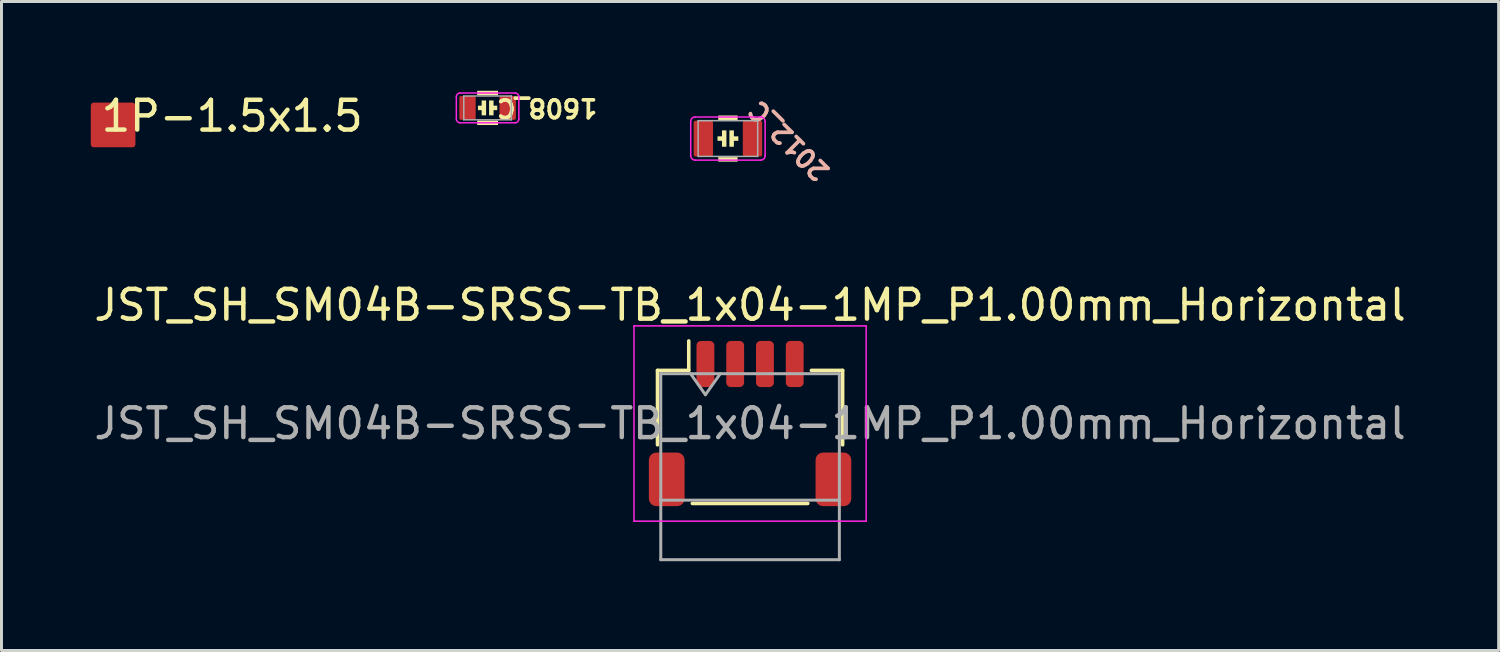
<source format=kicad_pcb>
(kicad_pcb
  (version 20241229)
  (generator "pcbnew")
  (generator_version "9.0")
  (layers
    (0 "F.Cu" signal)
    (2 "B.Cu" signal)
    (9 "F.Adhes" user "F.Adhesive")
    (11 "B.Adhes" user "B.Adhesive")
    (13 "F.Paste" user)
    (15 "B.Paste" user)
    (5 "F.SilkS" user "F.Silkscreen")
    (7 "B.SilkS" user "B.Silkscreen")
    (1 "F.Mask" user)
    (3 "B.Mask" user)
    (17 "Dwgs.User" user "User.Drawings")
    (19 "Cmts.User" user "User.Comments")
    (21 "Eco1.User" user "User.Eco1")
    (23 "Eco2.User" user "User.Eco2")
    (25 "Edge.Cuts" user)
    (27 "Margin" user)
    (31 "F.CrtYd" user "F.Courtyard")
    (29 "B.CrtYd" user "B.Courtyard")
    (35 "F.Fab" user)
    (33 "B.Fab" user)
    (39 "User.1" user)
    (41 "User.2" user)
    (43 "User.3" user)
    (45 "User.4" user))
  (footprint "1P-1.5x1.5"
    (layer "F.Cu")
    (at 0.75 1.148)
    (property "Reference" "1P-1.5x1.5" (at 4 -0.3 0) (unlocked yes) (layer "F.SilkS") (effects (font (size 1 1) (thickness 0.15))))
    (attr through_hole)
    (pad "1" connect roundrect (at 0 0 180) (size 1.5 1.5) (layers "F.Cu" "F.Mask") (roundrect_rratio 0.067)))
  (footprint "JST_SH_SM04B-SRSS-TB_1x04-1MP_P1.00mm_Horizontal"
    (layer "F.Cu")
    (at 22.149 11.179)
    (property "Reference" "JST_SH_SM04B-SRSS-TB_1x04-1MP_P1.00mm_Horizontal" (at 0 -3.98 0) (layer "F.SilkS") (effects (font (size 1 1) (thickness 0.15))))
    (attr smd)
    (fp_line (start -3.11 -1.785) (end -2.06 -1.785) (stroke (width 0.12) (type solid)) (layer "F.SilkS"))
    (fp_line (start -3.11 0.715) (end -3.11 -1.785) (stroke (width 0.12) (type solid)) (layer "F.SilkS"))
    (fp_line (start -2.06 -1.785) (end -2.06 -2.775) (stroke (width 0.12) (type solid)) (layer "F.SilkS"))
    (fp_line (start -1.94 2.685) (end 1.94 2.685) (stroke (width 0.12) (type solid)) (layer "F.SilkS"))
    (fp_line (start 3.11 -1.785) (end 2.06 -1.785) (stroke (width 0.12) (type solid)) (layer "F.SilkS"))
    (fp_line (start 3.11 0.715) (end 3.11 -1.785) (stroke (width 0.12) (type solid)) (layer "F.SilkS"))
    (fp_line (start -3.9 -3.28) (end -3.9 3.28) (stroke (width 0.05) (type solid)) (layer "F.CrtYd"))
    (fp_line (start -3.9 3.28) (end 3.9 3.28) (stroke (width 0.05) (type solid)) (layer "F.CrtYd"))
    (fp_line (start 3.9 -3.28) (end -3.9 -3.28) (stroke (width 0.05) (type solid)) (layer "F.CrtYd"))
    (fp_line (start 3.9 3.28) (end 3.9 -3.28) (stroke (width 0.05) (type solid)) (layer "F.CrtYd"))
    (fp_line (start -3 -1.675) (end -3 2.575) (stroke (width 0.1) (type solid)) (layer "F.Fab"))
    (fp_line (start -3 -1.675) (end 3 -1.675) (stroke (width 0.1) (type solid)) (layer "F.Fab"))
    (fp_line (start -3 2.575) (end -3 4.575) (stroke (width 0.1) (type solid)) (layer "F.Fab"))
    (fp_line (start -3 2.575) (end 3 2.575) (stroke (width 0.1) (type solid)) (layer "F.Fab"))
    (fp_line (start -3 4.575) (end 3 4.575) (stroke (width 0.1) (type solid)) (layer "F.Fab"))
    (fp_line (start -2 -1.675) (end -1.5 -0.968) (stroke (width 0.1) (type solid)) (layer "F.Fab"))
    (fp_line (start -1.5 -0.968) (end -1 -1.675) (stroke (width 0.1) (type solid)) (layer "F.Fab"))
    (fp_line (start 3 -1.675) (end 3 2.575) (stroke (width 0.1) (type solid)) (layer "F.Fab"))
    (fp_line (start 3 4.575) (end 3 2.575) (stroke (width 0.1) (type solid)) (layer "F.Fab"))
    (fp_text user "${REFERENCE}" (at 0 0 0) (layer "F.Fab") (effects (font (size 1 1) (thickness 0.15))))
    (pad "1" smd roundrect (at -1.5 -2) (size 0.6 1.55) (layers "F.Cu" "F.Mask" "F.Paste") (roundrect_rratio 0.25))
    (pad "2" smd roundrect (at -0.5 -2) (size 0.6 1.55) (layers "F.Cu" "F.Mask" "F.Paste") (roundrect_rratio 0.25))
    (pad "3" smd roundrect (at 0.5 -2) (size 0.6 1.55) (layers "F.Cu" "F.Mask" "F.Paste") (roundrect_rratio 0.25))
    (pad "4" smd roundrect (at 1.5 -2) (size 0.6 1.55) (layers "F.Cu" "F.Mask" "F.Paste") (roundrect_rratio 0.25))
    (pad "MP" smd roundrect (at -2.8 1.875) (size 1.2 1.8) (layers "F.Cu" "F.Mask" "F.Paste") (roundrect_rratio 0.208))
    (pad "MP" smd roundrect (at 2.8 1.875) (size 1.2 1.8) (layers "F.Cu" "F.Mask" "F.Paste") (roundrect_rratio 0.208)))
  (footprint "1608_C"
    (layer "F.Cu")
    (at 13.331 0.575)
    (property "Reference" "1608_C" (at 2 0 180) (unlocked yes) (layer "F.SilkS") (effects (font (size 0.6 0.6) (thickness 0.125))))
    (attr smd)
    (fp_poly (pts (xy 0.35 -0.425) (xy -0.35 -0.425) (xy -0.35 -0.575) (xy 0.35 -0.575)) (stroke (width 0) (type solid)) (fill yes) (layer "F.SilkS"))
    (fp_poly (pts (xy 0.35 0.575) (xy -0.35 0.575) (xy -0.35 0.425) (xy 0.35 0.425)) (stroke (width 0) (type solid)) (fill yes) (layer "F.SilkS"))
    (fp_poly (pts (xy -0.2 0.075) (xy -0.325 0.075) (xy -0.325 -0.075) (xy -0.2 -0.075) (xy -0.2 -0.25) (xy -0.05 -0.25) (xy -0.05 0.25) (xy -0.2 0.25)) (stroke (width 0) (type solid)) (fill yes) (layer "F.SilkS"))
    (fp_poly (pts (xy 0.2 -0.075) (xy 0.325 -0.075) (xy 0.325 0.075) (xy 0.2 0.075) (xy 0.2 0.25) (xy 0.05 0.25) (xy 0.05 -0.25) (xy 0.2 -0.25)) (stroke (width 0) (type solid)) (fill yes) (layer "F.SilkS"))
    (fp_line (start -1.05 -0.375) (end -1.05 0.375) (stroke (width 0.05) (type solid)) (layer "F.CrtYd"))
    (fp_line (start -0.925 0.5) (end 0.925 0.5) (stroke (width 0.05) (type solid)) (layer "F.CrtYd"))
    (fp_line (start 0.925 -0.5) (end -0.925 -0.5) (stroke (width 0.05) (type solid)) (layer "F.CrtYd"))
    (fp_line (start 1.05 0.375) (end 1.05 -0.375) (stroke (width 0.05) (type solid)) (layer "F.CrtYd"))
    (fp_arc (start -1.05 -0.375) (mid -1.013389 -0.463389) (end -0.925 -0.5) (stroke (width 0.05) (type solid)) (layer "F.CrtYd"))
    (fp_arc (start -0.925 0.5) (mid -1.013389 0.463389) (end -1.05 0.375) (stroke (width 0.05) (type solid)) (layer "F.CrtYd"))
    (fp_arc (start 0.925 -0.5) (mid 1.013388 -0.463388) (end 1.05 -0.375) (stroke (width 0.05) (type solid)) (layer "F.CrtYd"))
    (fp_arc (start 1.05 0.375) (mid 1.013388 0.463388) (end 0.925 0.5) (stroke (width 0.05) (type solid)) (layer "F.CrtYd"))
    (fp_line (start -0.8 -0.4) (end -0.8 0.4) (stroke (width 0.05) (type solid)) (layer "F.Fab"))
    (fp_line (start -0.8 0.4) (end 0.8 0.4) (stroke (width 0.05) (type solid)) (layer "F.Fab"))
    (fp_line (start 0.8 -0.4) (end -0.8 -0.4) (stroke (width 0.05) (type solid)) (layer "F.Fab"))
    (fp_line (start 0.8 0.4) (end 0.8 -0.4) (stroke (width 0.05) (type solid)) (layer "F.Fab"))
    (pad "1" smd roundrect (at -0.675 0 180) (size 0.55 0.8) (layers "F.Cu" "F.Mask" "F.Paste") (roundrect_rratio 0.1))
    (pad "2" smd roundrect (at 0.675 0 180) (size 0.55 0.8) (layers "F.Cu" "F.Mask" "F.Paste") (roundrect_rratio 0.1)))
  (footprint "2012_C"
    (layer "F.Cu")
    (at 21.405 1.605)
    (property "Reference" "2012_C" (at 2.051 0.071 135) (unlocked yes) (layer "B.SilkS") (effects (font (size 0.6 0.6) (thickness 0.125))))
    (attr smd)
    (fp_poly (pts (xy 0.325 -0.625) (xy -0.325 -0.625) (xy -0.325 -0.775) (xy 0.325 -0.775)) (stroke (width 0) (type solid)) (fill yes) (layer "F.SilkS"))
    (fp_poly (pts (xy 0.325 0.775) (xy -0.325 0.775) (xy -0.325 0.625) (xy 0.325 0.625)) (stroke (width 0) (type solid)) (fill yes) (layer "F.SilkS"))
    (fp_poly (pts (xy -0.05 0.275) (xy -0.2 0.275) (xy -0.2 0.075) (xy -0.35 0.075) (xy -0.35 -0.075) (xy -0.2 -0.075) (xy -0.2 -0.275) (xy -0.05 -0.275)) (stroke (width 0) (type solid)) (fill yes) (layer "F.SilkS"))
    (fp_poly (pts (xy 0.05 -0.275) (xy 0.2 -0.275) (xy 0.2 -0.075) (xy 0.35 -0.075) (xy 0.35 0.075) (xy 0.2 0.075) (xy 0.2 0.275) (xy 0.05 0.275)) (stroke (width 0) (type solid)) (fill yes) (layer "F.SilkS"))
    (fp_line (start -1.25 -0.575) (end -1.25 0.575) (stroke (width 0.05) (type solid)) (layer "F.CrtYd"))
    (fp_line (start -1.1 0.725) (end 1.1 0.725) (stroke (width 0.05) (type solid)) (layer "F.CrtYd"))
    (fp_line (start 1.1 -0.725) (end -1.1 -0.725) (stroke (width 0.05) (type solid)) (layer "F.CrtYd"))
    (fp_line (start 1.25 0.575) (end 1.25 -0.575) (stroke (width 0.05) (type solid)) (layer "F.CrtYd"))
    (fp_arc (start -1.25 -0.575) (mid -1.206066 -0.681066) (end -1.1 -0.725) (stroke (width 0.05) (type solid)) (layer "F.CrtYd"))
    (fp_arc (start -1.1 0.725) (mid -1.206066 0.681066) (end -1.25 0.575) (stroke (width 0.05) (type solid)) (layer "F.CrtYd"))
    (fp_arc (start 1.1 -0.725) (mid 1.206066 -0.681066) (end 1.25 -0.575) (stroke (width 0.05) (type solid)) (layer "F.CrtYd"))
    (fp_arc (start 1.25 0.575) (mid 1.206066 0.681066) (end 1.1 0.725) (stroke (width 0.05) (type solid)) (layer "F.CrtYd"))
    (fp_line (start -1 -0.6) (end -1 0.6) (stroke (width 0.05) (type solid)) (layer "F.Fab"))
    (fp_line (start -1 0.6) (end 1 0.6) (stroke (width 0.05) (type solid)) (layer "F.Fab"))
    (fp_line (start 1 -0.6) (end -1 -0.6) (stroke (width 0.05) (type solid)) (layer "F.Fab"))
    (fp_line (start 1 0.6) (end 1 -0.6) (stroke (width 0.05) (type solid)) (layer "F.Fab"))
    (pad "1" smd roundrect (at -0.825 0 180) (size 0.65 1.2) (layers "F.Cu" "F.Mask" "F.Paste") (roundrect_rratio 0.1))
    (pad "2" smd roundrect (at 0.825 0 180) (size 0.65 1.2) (layers "F.Cu" "F.Mask" "F.Paste") (roundrect_rratio 0.1)))
  (gr_rect
    (start -3 -3)
    (end 47.298 18.804)
    (stroke (width 0.1) (type default))
    (fill no)
    (layer "Edge.Cuts")))
</source>
